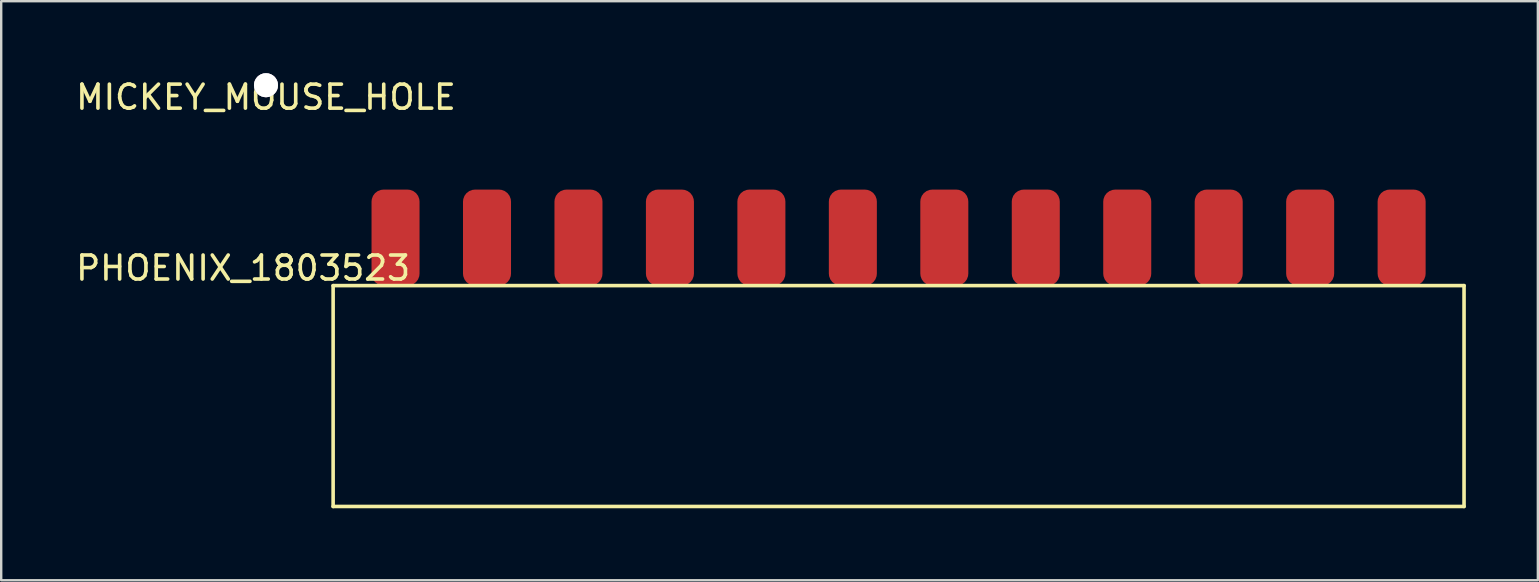
<source format=kicad_pcb>
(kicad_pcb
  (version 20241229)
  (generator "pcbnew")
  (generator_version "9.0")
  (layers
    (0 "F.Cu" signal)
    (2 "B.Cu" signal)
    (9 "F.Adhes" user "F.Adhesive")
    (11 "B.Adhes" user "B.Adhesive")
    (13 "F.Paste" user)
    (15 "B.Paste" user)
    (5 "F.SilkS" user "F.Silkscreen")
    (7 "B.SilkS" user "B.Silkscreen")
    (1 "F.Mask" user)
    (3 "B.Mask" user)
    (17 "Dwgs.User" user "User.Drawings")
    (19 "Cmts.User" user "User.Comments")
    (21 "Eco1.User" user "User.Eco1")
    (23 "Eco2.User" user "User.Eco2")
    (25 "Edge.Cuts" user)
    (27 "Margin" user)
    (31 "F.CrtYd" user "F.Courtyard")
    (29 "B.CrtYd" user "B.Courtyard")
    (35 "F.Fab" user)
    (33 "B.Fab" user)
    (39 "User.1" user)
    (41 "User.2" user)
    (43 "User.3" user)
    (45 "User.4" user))
  (footprint "PHOENIX_1803523"
    (layer "F.Cu")
    (at 13.427 6.848)
    (property "Reference" "PHOENIX_1803523" (at -6.35 1.27 0) (layer "F.SilkS") (effects (font (size 1 1) (thickness 0.15))))
    (attr through_hole)
    (fp_line (start -2.6 2) (end -2.6 11.2) (stroke (width 0.15) (type solid)) (layer "F.SilkS"))
    (fp_line (start -2.6 11.2) (end 44.51 11.2) (stroke (width 0.15) (type solid)) (layer "F.SilkS"))
    (fp_line (start 44.51 2) (end -2.6 2) (stroke (width 0.15) (type solid)) (layer "F.SilkS"))
    (fp_line (start 44.51 2) (end 44.51 11.2) (stroke (width 0.15) (type solid)) (layer "F.SilkS"))
    (pad "1" smd roundrect (at 0 0) (size 2 4) (layers "F.Cu" "F.Mask" "F.Paste") (roundrect_rratio 0.25))
    (pad "2" smd roundrect (at 3.81 0) (size 2 4) (layers "F.Cu" "F.Mask" "F.Paste") (roundrect_rratio 0.25))
    (pad "3" smd roundrect (at 7.62 0) (size 2 4) (layers "F.Cu" "F.Mask" "F.Paste") (roundrect_rratio 0.25))
    (pad "4" smd roundrect (at 11.43 0) (size 2 4) (layers "F.Cu" "F.Mask" "F.Paste") (roundrect_rratio 0.25))
    (pad "5" smd roundrect (at 15.24 0) (size 2 4) (layers "F.Cu" "F.Mask" "F.Paste") (roundrect_rratio 0.25))
    (pad "6" smd roundrect (at 19.05 0) (size 2 4) (layers "F.Cu" "F.Mask" "F.Paste") (roundrect_rratio 0.25))
    (pad "7" smd roundrect (at 22.86 0) (size 2 4) (layers "F.Cu" "F.Mask" "F.Paste") (roundrect_rratio 0.25))
    (pad "8" smd roundrect (at 26.67 0) (size 2 4) (layers "F.Cu" "F.Mask" "F.Paste") (roundrect_rratio 0.25))
    (pad "9" smd roundrect (at 30.48 0) (size 2 4) (layers "F.Cu" "F.Mask" "F.Paste") (roundrect_rratio 0.25))
    (pad "10" smd roundrect (at 34.29 0) (size 2 4) (layers "F.Cu" "F.Mask" "F.Paste") (roundrect_rratio 0.25))
    (pad "11" smd roundrect (at 38.1 0) (size 2 4) (layers "F.Cu" "F.Mask" "F.Paste") (roundrect_rratio 0.25))
    (pad "12" smd roundrect (at 41.91 0) (size 2 4) (layers "F.Cu" "F.Mask" "F.Paste") (roundrect_rratio 0.25)))
  (footprint "MICKEY_MOUSE_HOLE"
    (layer "F.Cu")
    (at 8.03 0.5)
    (property "Reference" "MICKEY_MOUSE_HOLE" (at 0 0.5 0) (layer "F.SilkS") (effects (font (size 1 1) (thickness 0.15))))
    (attr through_hole)
    (pad "" thru_hole circle (at 0 0) (size 1 1) (drill 1) (layers "*.Cu" "Dwgs.User")))
  (gr_rect
    (start -3 -3)
    (end 61.012 21.123)
    (stroke (width 0.1) (type default))
    (fill no)
    (layer "Edge.Cuts")))
</source>
